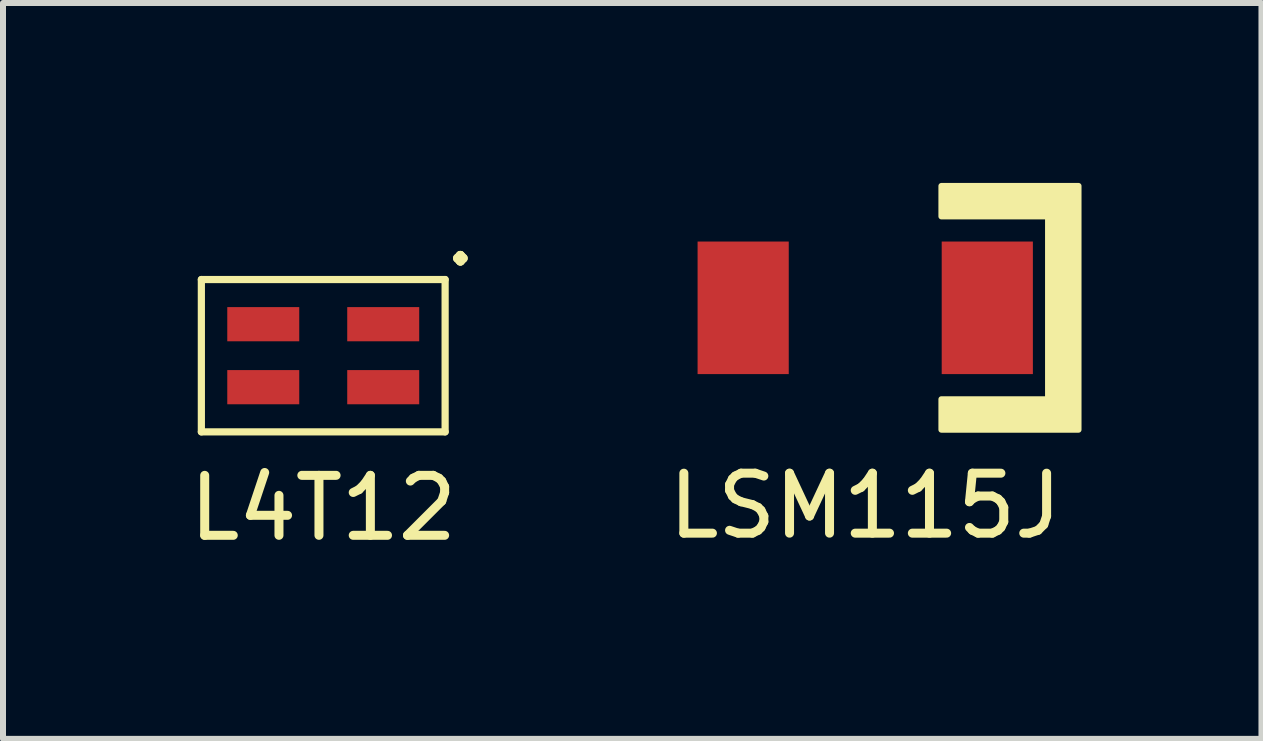
<source format=kicad_pcb>
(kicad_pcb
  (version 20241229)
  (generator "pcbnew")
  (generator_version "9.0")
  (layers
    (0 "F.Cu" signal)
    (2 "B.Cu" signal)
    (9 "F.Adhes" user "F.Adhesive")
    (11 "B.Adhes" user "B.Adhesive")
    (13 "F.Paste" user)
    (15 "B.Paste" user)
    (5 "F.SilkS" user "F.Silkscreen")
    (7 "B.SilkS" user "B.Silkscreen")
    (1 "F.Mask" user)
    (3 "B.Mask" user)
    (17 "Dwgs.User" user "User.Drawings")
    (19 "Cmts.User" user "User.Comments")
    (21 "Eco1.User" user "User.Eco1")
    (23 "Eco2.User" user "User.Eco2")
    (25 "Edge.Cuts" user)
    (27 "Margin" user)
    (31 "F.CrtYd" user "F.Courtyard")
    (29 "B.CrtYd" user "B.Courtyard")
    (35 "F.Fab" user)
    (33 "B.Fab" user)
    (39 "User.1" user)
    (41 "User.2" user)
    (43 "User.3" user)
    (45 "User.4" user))
  (footprint "L4T12"
    (layer "F.Cu")
    (at 2.339 2.88)
    (property "Reference" "L4T12" (at 0 2.54 0) (layer "F.SilkS") (effects (font (size 1 1) (thickness 0.15))))
    (attr through_hole)
    (fp_line (start -2.032 -1.27) (end 2.032 -1.27) (stroke (width 0.12) (type solid)) (layer "F.SilkS"))
    (fp_line (start -2.032 1.27) (end -2.032 -1.27) (stroke (width 0.12) (type solid)) (layer "F.SilkS"))
    (fp_line (start 2.032 -1.27) (end 2.032 1.27) (stroke (width 0.12) (type solid)) (layer "F.SilkS"))
    (fp_line (start 2.032 1.27) (end -2.032 1.27) (stroke (width 0.12) (type solid)) (layer "F.SilkS"))
    (fp_text user "." (at 2.286 -2.032 0) (layer "F.SilkS") (effects (font (size 1 1) (thickness 0.15))))
    (pad "1" smd rect (at 1 -0.525) (size 1.2 0.57) (layers "F.Cu" "F.Mask" "F.Paste"))
    (pad "2" smd rect (at -1 -0.525) (size 1.2 0.57) (layers "F.Cu" "F.Mask" "F.Paste"))
    (pad "3" smd rect (at 1 0.525) (size 1.2 0.57) (layers "F.Cu" "F.Mask" "F.Paste"))
    (pad "4" smd rect (at -1 0.525) (size 1.2 0.57) (layers "F.Cu" "F.Mask" "F.Paste")))
  (footprint "LSM115J"
    (layer "F.Cu")
    (at 11.375 2.082)
    (property "Reference" "LSM115J" (at 0 3.302 0) (layer "F.SilkS") (effects (font (size 1 1) (thickness 0.15))))
    (attr through_hole)
    (fp_poly (pts (xy 3.556 2.032) (xy 1.27 2.032) (xy 1.27 1.524) (xy 3.048 1.524) (xy 3.048 -1.524) (xy 1.27 -1.524) (xy 1.27 -2.032) (xy 3.556 -2.032)) (stroke (width 0.1) (type solid)) (fill yes) (layer "F.SilkS"))
    (pad "1" smd rect (at 2.035 0) (size 1.52 2.21) (layers "F.Cu" "F.Mask" "F.Paste"))
    (pad "2" smd rect (at -2.035 0) (size 1.52 2.21) (layers "F.Cu" "F.Mask" "F.Paste")))
  (gr_rect
    (start -3 -3)
    (end 17.981 9.268)
    (stroke (width 0.1) (type default))
    (fill no)
    (layer "Edge.Cuts")))
</source>
